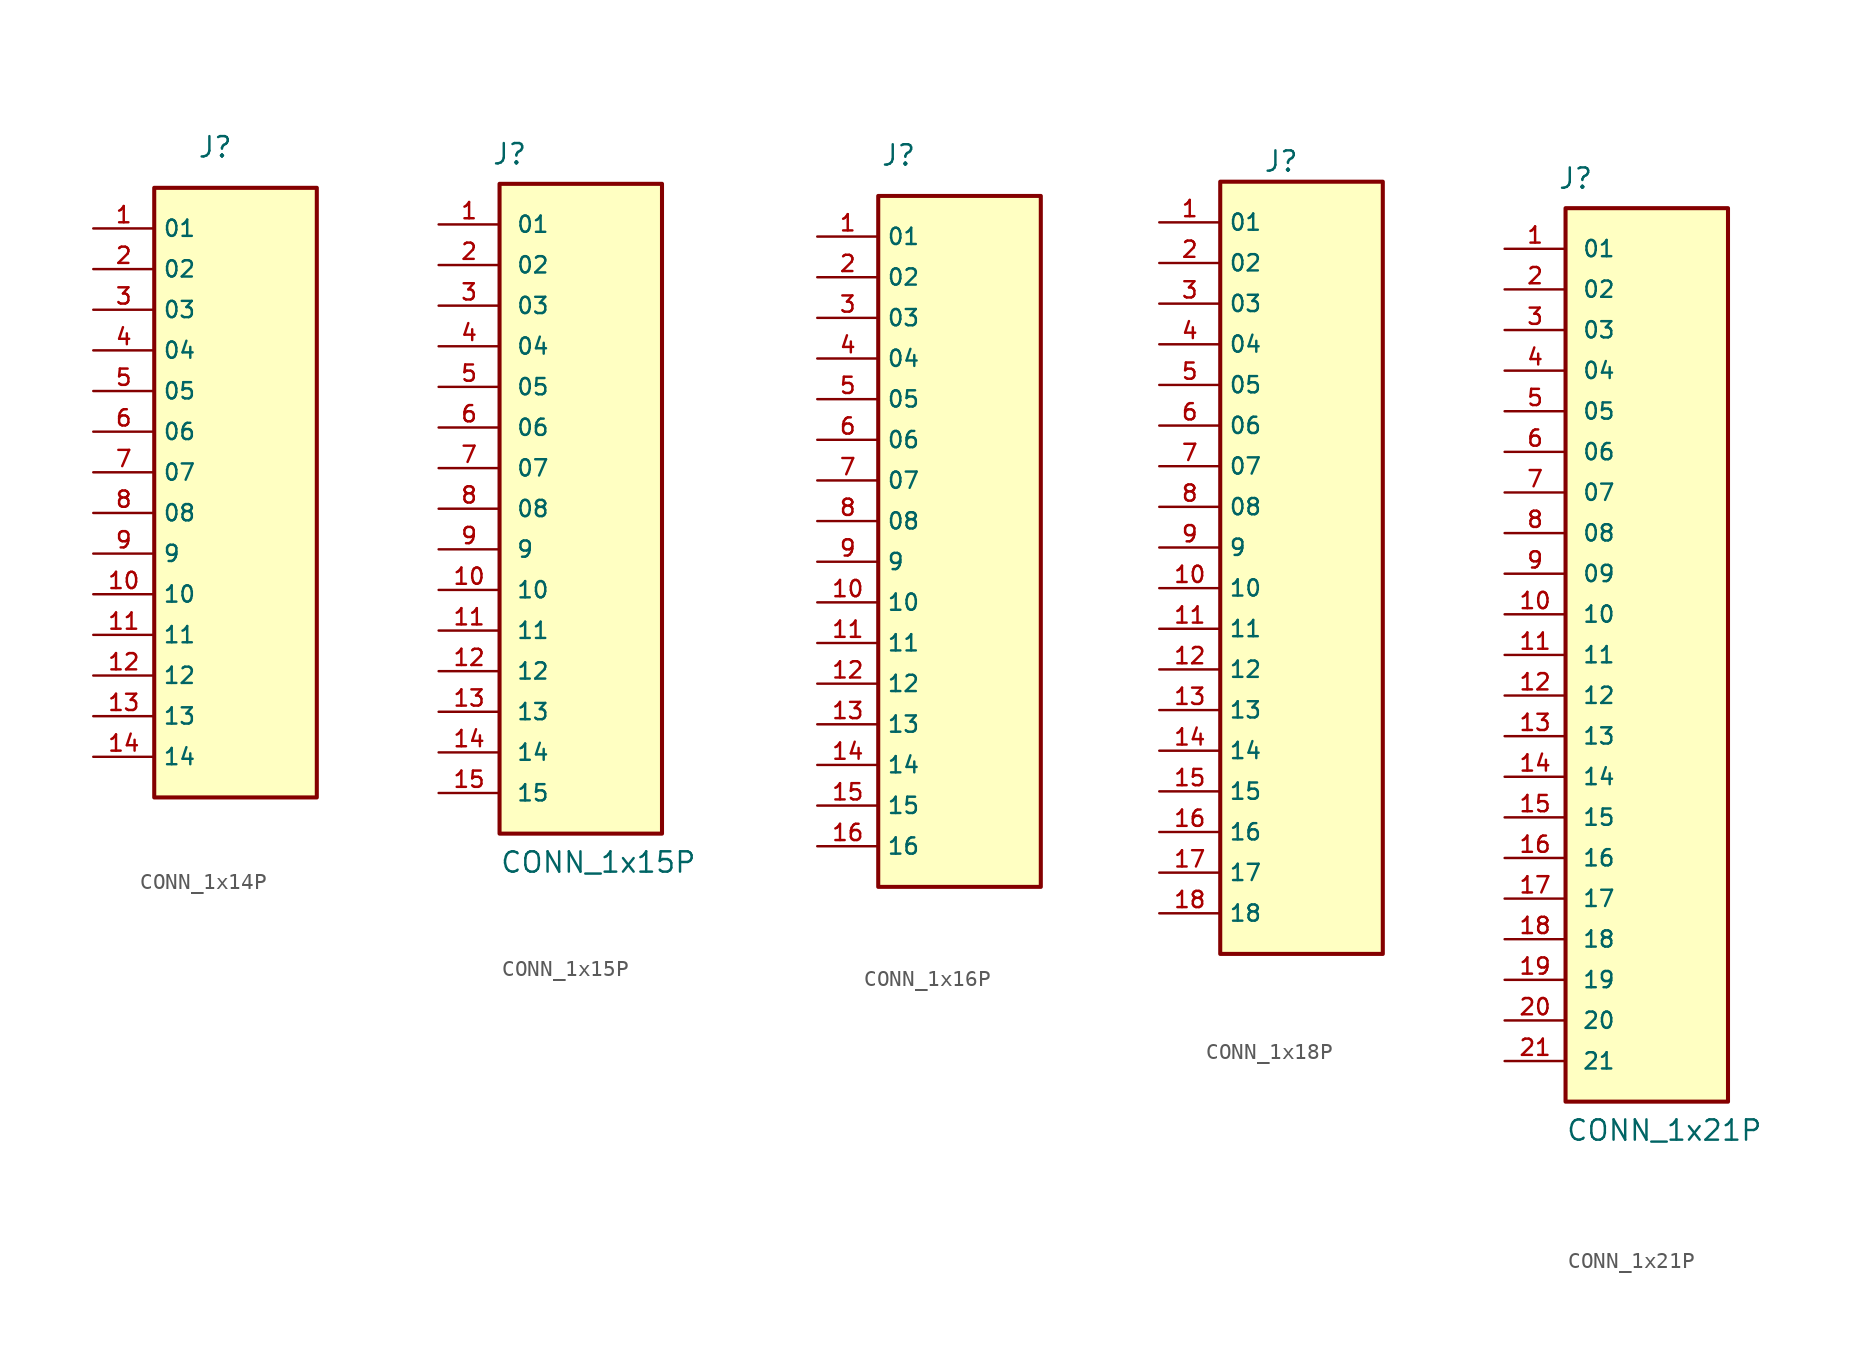
<source format=kicad_sym>
(kicad_symbol_lib
  (version 20241209)
  (generator "kicad_symbol_editor")
  (generator_version "9.0")
  (symbol "CONN_1x14P"
    (property "Reference" "J"
      (at -1.27 21.59 0)
      (effects (font (size 1.27 1.27))))
    (property "Value" ""
      (at -1.27 21.59 0)
      (effects (font (size 1.27 1.27))))
    (symbol "CONN_1x14P_0_0"
      (rectangle (start -5.08 19.05) (end 5.08 -19.05) (stroke (width 0.254) (type default)) (fill (type background)))
      (pin passive line (at -8.89 16.51 0) (length 3.81) (name "01" (effects (font (size 1.016 1.016)))) (number "1" (effects (font (size 1.016 1.016)))))
      (pin passive line (at -8.89 13.97 0) (length 3.81) (name "02" (effects (font (size 1.016 1.016)))) (number "2" (effects (font (size 1.016 1.016)))))
      (pin passive line (at -8.89 11.43 0) (length 3.81) (name "03" (effects (font (size 1.016 1.016)))) (number "3" (effects (font (size 1.016 1.016)))))
      (pin passive line (at -8.89 8.89 0) (length 3.81) (name "04" (effects (font (size 1.016 1.016)))) (number "4" (effects (font (size 1.016 1.016)))))
      (pin passive line (at -8.89 6.35 0) (length 3.81) (name "05" (effects (font (size 1.016 1.016)))) (number "5" (effects (font (size 1.016 1.016)))))
      (pin passive line (at -8.89 3.81 0) (length 3.81) (name "06" (effects (font (size 1.016 1.016)))) (number "6" (effects (font (size 1.016 1.016)))))
      (pin passive line (at -8.89 1.27 0) (length 3.81) (name "07" (effects (font (size 1.016 1.016)))) (number "7" (effects (font (size 1.016 1.016)))))
      (pin passive line (at -8.89 -1.27 0) (length 3.81) (name "08" (effects (font (size 1.016 1.016)))) (number "8" (effects (font (size 1.016 1.016)))))
      (pin passive line (at -8.89 -3.81 0) (length 3.81) (name "9" (effects (font (size 1.016 1.016)))) (number "9" (effects (font (size 1.016 1.016)))))
      (pin passive line (at -8.89 -6.35 0) (length 3.81) (name "10" (effects (font (size 1.016 1.016)))) (number "10" (effects (font (size 1.016 1.016)))))
      (pin passive line (at -8.89 -8.89 0) (length 3.81) (name "11" (effects (font (size 1.016 1.016)))) (number "11" (effects (font (size 1.016 1.016)))))
      (pin passive line (at -8.89 -11.43 0) (length 3.81) (name "12" (effects (font (size 1.016 1.016)))) (number "12" (effects (font (size 1.016 1.016)))))
      (pin passive line (at -8.89 -13.97 0) (length 3.81) (name "13" (effects (font (size 1.016 1.016)))) (number "13" (effects (font (size 1.016 1.016)))))
      (pin passive line (at -8.89 -16.51 0) (length 3.81) (name "14" (effects (font (size 1.016 1.016)))) (number "14" (effects (font (size 1.016 1.016)))))))
  (symbol "CONN_1x15P"
    (pin_names
      (offset 1.016))
    (property "Reference" "J"
      (at -5.58 21.436 0)
      (effects (font (size 1.27 1.27)) (justify left bottom)))
    (property "Value" "CONN_1x15P"
      (at -5.08 -22.86 0)
      (effects (font (size 1.27 1.27)) (justify left bottom)))
    (symbol "CONN_1x15P_0_0"
      (rectangle (start -5.08 20.32) (end 5.08 -20.32) (stroke (width 0.254) (type default)) (fill (type background)))
      (pin passive line (at -8.89 17.78 0) (length 3.81) (name "01" (effects (font (size 1.016 1.016)))) (number "1" (effects (font (size 1.016 1.016)))))
      (pin passive line (at -8.89 15.24 0) (length 3.81) (name "02" (effects (font (size 1.016 1.016)))) (number "2" (effects (font (size 1.016 1.016)))))
      (pin passive line (at -8.89 12.7 0) (length 3.81) (name "03" (effects (font (size 1.016 1.016)))) (number "3" (effects (font (size 1.016 1.016)))))
      (pin passive line (at -8.89 10.16 0) (length 3.81) (name "04" (effects (font (size 1.016 1.016)))) (number "4" (effects (font (size 1.016 1.016)))))
      (pin passive line (at -8.89 7.62 0) (length 3.81) (name "05" (effects (font (size 1.016 1.016)))) (number "5" (effects (font (size 1.016 1.016)))))
      (pin passive line (at -8.89 5.08 0) (length 3.81) (name "06" (effects (font (size 1.016 1.016)))) (number "6" (effects (font (size 1.016 1.016)))))
      (pin passive line (at -8.89 2.54 0) (length 3.81) (name "07" (effects (font (size 1.016 1.016)))) (number "7" (effects (font (size 1.016 1.016)))))
      (pin passive line (at -8.89 0 0) (length 3.81) (name "08" (effects (font (size 1.016 1.016)))) (number "8" (effects (font (size 1.016 1.016)))))
      (pin passive line (at -8.89 -2.54 0) (length 3.81) (name "9" (effects (font (size 1.016 1.016)))) (number "9" (effects (font (size 1.016 1.016)))))
      (pin passive line (at -8.89 -5.08 0) (length 3.81) (name "10" (effects (font (size 1.016 1.016)))) (number "10" (effects (font (size 1.016 1.016)))))
      (pin passive line (at -8.89 -7.62 0) (length 3.81) (name "11" (effects (font (size 1.016 1.016)))) (number "11" (effects (font (size 1.016 1.016)))))
      (pin passive line (at -8.89 -10.16 0) (length 3.81) (name "12" (effects (font (size 1.016 1.016)))) (number "12" (effects (font (size 1.016 1.016)))))
      (pin passive line (at -8.89 -12.7 0) (length 3.81) (name "13" (effects (font (size 1.016 1.016)))) (number "13" (effects (font (size 1.016 1.016)))))
      (pin passive line (at -8.89 -15.24 0) (length 3.81) (name "14" (effects (font (size 1.016 1.016)))) (number "14" (effects (font (size 1.016 1.016)))))
      (pin passive line (at -8.89 -17.78 0) (length 3.81) (name "15" (effects (font (size 1.016 1.016)))) (number "15" (effects (font (size 1.016 1.016)))))))
  (symbol "CONN_1x16P"
    (property "Reference" "J"
      (at -3.81 24.13 0)
      (effects (font (size 1.27 1.27))))
    (property "Value" ""
      (at -3.81 24.13 0)
      (effects (font (size 1.27 1.27))))
    (symbol "CONN_1x16P_0_0"
      (rectangle (start -5.08 21.59) (end 5.08 -21.59) (stroke (width 0.254) (type default)) (fill (type background)))
      (pin passive line (at -8.89 19.05 0) (length 3.81) (name "01" (effects (font (size 1.016 1.016)))) (number "1" (effects (font (size 1.016 1.016)))))
      (pin passive line (at -8.89 16.51 0) (length 3.81) (name "02" (effects (font (size 1.016 1.016)))) (number "2" (effects (font (size 1.016 1.016)))))
      (pin passive line (at -8.89 13.97 0) (length 3.81) (name "03" (effects (font (size 1.016 1.016)))) (number "3" (effects (font (size 1.016 1.016)))))
      (pin passive line (at -8.89 11.43 0) (length 3.81) (name "04" (effects (font (size 1.016 1.016)))) (number "4" (effects (font (size 1.016 1.016)))))
      (pin passive line (at -8.89 8.89 0) (length 3.81) (name "05" (effects (font (size 1.016 1.016)))) (number "5" (effects (font (size 1.016 1.016)))))
      (pin passive line (at -8.89 6.35 0) (length 3.81) (name "06" (effects (font (size 1.016 1.016)))) (number "6" (effects (font (size 1.016 1.016)))))
      (pin passive line (at -8.89 3.81 0) (length 3.81) (name "07" (effects (font (size 1.016 1.016)))) (number "7" (effects (font (size 1.016 1.016)))))
      (pin passive line (at -8.89 1.27 0) (length 3.81) (name "08" (effects (font (size 1.016 1.016)))) (number "8" (effects (font (size 1.016 1.016)))))
      (pin passive line (at -8.89 -1.27 0) (length 3.81) (name "9" (effects (font (size 1.016 1.016)))) (number "9" (effects (font (size 1.016 1.016)))))
      (pin passive line (at -8.89 -3.81 0) (length 3.81) (name "10" (effects (font (size 1.016 1.016)))) (number "10" (effects (font (size 1.016 1.016)))))
      (pin passive line (at -8.89 -6.35 0) (length 3.81) (name "11" (effects (font (size 1.016 1.016)))) (number "11" (effects (font (size 1.016 1.016)))))
      (pin passive line (at -8.89 -8.89 0) (length 3.81) (name "12" (effects (font (size 1.016 1.016)))) (number "12" (effects (font (size 1.016 1.016)))))
      (pin passive line (at -8.89 -11.43 0) (length 3.81) (name "13" (effects (font (size 1.016 1.016)))) (number "13" (effects (font (size 1.016 1.016)))))
      (pin passive line (at -8.89 -13.97 0) (length 3.81) (name "14" (effects (font (size 1.016 1.016)))) (number "14" (effects (font (size 1.016 1.016)))))
      (pin passive line (at -8.89 -16.51 0) (length 3.81) (name "15" (effects (font (size 1.016 1.016)))) (number "15" (effects (font (size 1.016 1.016))))))
    (symbol "CONN_1x16P_1_0"
      (pin passive line (at -8.89 -19.05 0) (length 3.81) (name "16" (effects (font (size 1.016 1.016)))) (number "16" (effects (font (size 1.016 1.016)))))))
  (symbol "CONN_1x18P"
    (property "Reference" "J"
      (at -1.27 25.4 0)
      (effects (font (size 1.27 1.27))))
    (property "Value" ""
      (at -1.27 25.4 0)
      (effects (font (size 1.27 1.27))))
    (symbol "CONN_1x18P_0_0"
      (rectangle (start -5.08 24.13) (end 5.08 -24.13) (stroke (width 0.254) (type default)) (fill (type background)))
      (pin passive line (at -8.89 21.59 0) (length 3.81) (name "01" (effects (font (size 1.016 1.016)))) (number "1" (effects (font (size 1.016 1.016)))))
      (pin passive line (at -8.89 19.05 0) (length 3.81) (name "02" (effects (font (size 1.016 1.016)))) (number "2" (effects (font (size 1.016 1.016)))))
      (pin passive line (at -8.89 16.51 0) (length 3.81) (name "03" (effects (font (size 1.016 1.016)))) (number "3" (effects (font (size 1.016 1.016)))))
      (pin passive line (at -8.89 13.97 0) (length 3.81) (name "04" (effects (font (size 1.016 1.016)))) (number "4" (effects (font (size 1.016 1.016)))))
      (pin passive line (at -8.89 11.43 0) (length 3.81) (name "05" (effects (font (size 1.016 1.016)))) (number "5" (effects (font (size 1.016 1.016)))))
      (pin passive line (at -8.89 8.89 0) (length 3.81) (name "06" (effects (font (size 1.016 1.016)))) (number "6" (effects (font (size 1.016 1.016)))))
      (pin passive line (at -8.89 6.35 0) (length 3.81) (name "07" (effects (font (size 1.016 1.016)))) (number "7" (effects (font (size 1.016 1.016)))))
      (pin passive line (at -8.89 3.81 0) (length 3.81) (name "08" (effects (font (size 1.016 1.016)))) (number "8" (effects (font (size 1.016 1.016)))))
      (pin passive line (at -8.89 1.27 0) (length 3.81) (name "9" (effects (font (size 1.016 1.016)))) (number "9" (effects (font (size 1.016 1.016)))))
      (pin passive line (at -8.89 -1.27 0) (length 3.81) (name "10" (effects (font (size 1.016 1.016)))) (number "10" (effects (font (size 1.016 1.016)))))
      (pin passive line (at -8.89 -3.81 0) (length 3.81) (name "11" (effects (font (size 1.016 1.016)))) (number "11" (effects (font (size 1.016 1.016)))))
      (pin passive line (at -8.89 -6.35 0) (length 3.81) (name "12" (effects (font (size 1.016 1.016)))) (number "12" (effects (font (size 1.016 1.016)))))
      (pin passive line (at -8.89 -8.89 0) (length 3.81) (name "13" (effects (font (size 1.016 1.016)))) (number "13" (effects (font (size 1.016 1.016)))))
      (pin passive line (at -8.89 -11.43 0) (length 3.81) (name "14" (effects (font (size 1.016 1.016)))) (number "14" (effects (font (size 1.016 1.016)))))
      (pin passive line (at -8.89 -13.97 0) (length 3.81) (name "15" (effects (font (size 1.016 1.016)))) (number "15" (effects (font (size 1.016 1.016))))))
    (symbol "CONN_1x18P_1_0"
      (pin passive line (at -8.89 -16.51 0) (length 3.81) (name "16" (effects (font (size 1.016 1.016)))) (number "16" (effects (font (size 1.016 1.016)))))
      (pin passive line (at -8.89 -19.05 0) (length 3.81) (name "17" (effects (font (size 1.016 1.016)))) (number "17" (effects (font (size 1.016 1.016)))))
      (pin passive line (at -8.89 -21.59 0) (length 3.81) (name "18" (effects (font (size 1.016 1.016)))) (number "18" (effects (font (size 1.016 1.016)))))))
  (symbol "CONN_1x21P"
    (pin_names
      (offset 1.016))
    (property "Reference" "J"
      (at -5.58 29.056 0)
      (effects (font (size 1.27 1.27)) (justify left bottom)))
    (property "Value" "CONN_1x21P"
      (at -5.08 -30.48 0)
      (effects (font (size 1.27 1.27)) (justify left bottom)))
    (symbol "CONN_1x21P_0_0"
      (rectangle (start -5.08 27.94) (end 5.08 -27.94) (stroke (width 0.254) (type default)) (fill (type background)))
      (pin passive line (at -8.89 25.4 0) (length 3.81) (name "01" (effects (font (size 1.016 1.016)))) (number "1" (effects (font (size 1.016 1.016)))))
      (pin passive line (at -8.89 22.86 0) (length 3.81) (name "02" (effects (font (size 1.016 1.016)))) (number "2" (effects (font (size 1.016 1.016)))))
      (pin passive line (at -8.89 20.32 0) (length 3.81) (name "03" (effects (font (size 1.016 1.016)))) (number "3" (effects (font (size 1.016 1.016)))))
      (pin passive line (at -8.89 17.78 0) (length 3.81) (name "04" (effects (font (size 1.016 1.016)))) (number "4" (effects (font (size 1.016 1.016)))))
      (pin passive line (at -8.89 15.24 0) (length 3.81) (name "05" (effects (font (size 1.016 1.016)))) (number "5" (effects (font (size 1.016 1.016)))))
      (pin passive line (at -8.89 12.7 0) (length 3.81) (name "06" (effects (font (size 1.016 1.016)))) (number "6" (effects (font (size 1.016 1.016)))))
      (pin passive line (at -8.89 10.16 0) (length 3.81) (name "07" (effects (font (size 1.016 1.016)))) (number "7" (effects (font (size 1.016 1.016)))))
      (pin passive line (at -8.89 7.62 0) (length 3.81) (name "08" (effects (font (size 1.016 1.016)))) (number "8" (effects (font (size 1.016 1.016)))))
      (pin passive line (at -8.89 5.08 0) (length 3.81) (name "09" (effects (font (size 1.016 1.016)))) (number "9" (effects (font (size 1.016 1.016)))))
      (pin passive line (at -8.89 2.54 0) (length 3.81) (name "10" (effects (font (size 1.016 1.016)))) (number "10" (effects (font (size 1.016 1.016)))))
      (pin passive line (at -8.89 0 0) (length 3.81) (name "11" (effects (font (size 1.016 1.016)))) (number "11" (effects (font (size 1.016 1.016)))))
      (pin passive line (at -8.89 -2.54 0) (length 3.81) (name "12" (effects (font (size 1.016 1.016)))) (number "12" (effects (font (size 1.016 1.016)))))
      (pin passive line (at -8.89 -5.08 0) (length 3.81) (name "13" (effects (font (size 1.016 1.016)))) (number "13" (effects (font (size 1.016 1.016)))))
      (pin passive line (at -8.89 -7.62 0) (length 3.81) (name "14" (effects (font (size 1.016 1.016)))) (number "14" (effects (font (size 1.016 1.016)))))
      (pin passive line (at -8.89 -10.16 0) (length 3.81) (name "15" (effects (font (size 1.016 1.016)))) (number "15" (effects (font (size 1.016 1.016)))))
      (pin passive line (at -8.89 -12.7 0) (length 3.81) (name "16" (effects (font (size 1.016 1.016)))) (number "16" (effects (font (size 1.016 1.016)))))
      (pin passive line (at -8.89 -15.24 0) (length 3.81) (name "17" (effects (font (size 1.016 1.016)))) (number "17" (effects (font (size 1.016 1.016)))))
      (pin passive line (at -8.89 -17.78 0) (length 3.81) (name "18" (effects (font (size 1.016 1.016)))) (number "18" (effects (font (size 1.016 1.016)))))
      (pin passive line (at -8.89 -20.32 0) (length 3.81) (name "19" (effects (font (size 1.016 1.016)))) (number "19" (effects (font (size 1.016 1.016)))))
      (pin passive line (at -8.89 -22.86 0) (length 3.81) (name "20" (effects (font (size 1.016 1.016)))) (number "20" (effects (font (size 1.016 1.016)))))
      (pin passive line (at -8.89 -25.4 0) (length 3.81) (name "21" (effects (font (size 1.016 1.016)))) (number "21" (effects (font (size 1.016 1.016))))))))
</source>
